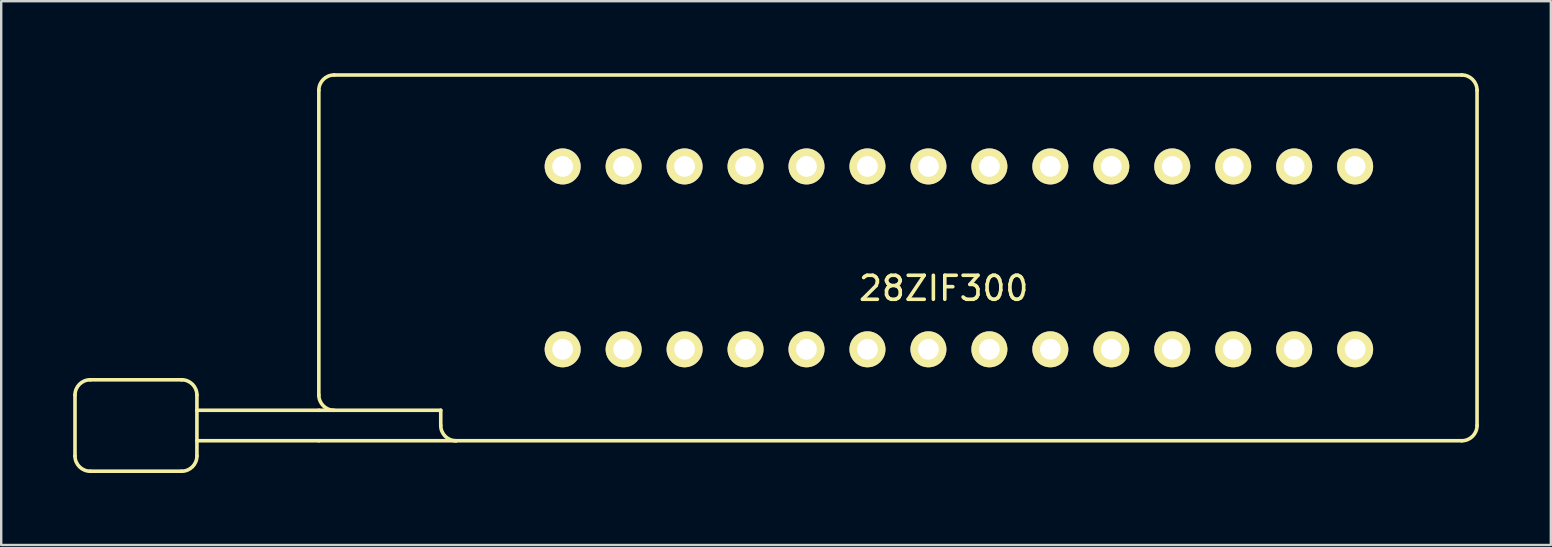
<source format=kicad_pcb>
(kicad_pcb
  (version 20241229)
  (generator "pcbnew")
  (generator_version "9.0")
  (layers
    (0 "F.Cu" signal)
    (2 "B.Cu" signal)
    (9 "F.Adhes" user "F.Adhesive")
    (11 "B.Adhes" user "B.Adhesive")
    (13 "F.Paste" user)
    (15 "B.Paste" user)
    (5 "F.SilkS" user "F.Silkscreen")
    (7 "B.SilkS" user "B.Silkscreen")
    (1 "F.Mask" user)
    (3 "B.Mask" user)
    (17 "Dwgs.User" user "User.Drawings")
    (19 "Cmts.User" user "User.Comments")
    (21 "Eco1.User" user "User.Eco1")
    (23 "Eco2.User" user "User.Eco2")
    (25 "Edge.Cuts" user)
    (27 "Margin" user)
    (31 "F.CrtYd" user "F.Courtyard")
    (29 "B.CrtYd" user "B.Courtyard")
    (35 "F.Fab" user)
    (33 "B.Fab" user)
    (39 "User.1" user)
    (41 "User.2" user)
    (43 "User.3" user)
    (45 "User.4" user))
  (footprint "28ZIF300"
    (layer "F.Cu")
    (at 36.27 8.965)
    (property "Reference" "28ZIF300" (at 0 0 0) (layer "F.SilkS") (effects (font (size 1 1) (thickness 0.15))))
    (attr through_hole)
    (fp_line (start -36.195 6.985) (end -36.195 4.445) (stroke (width 0.15) (type solid)) (layer "F.SilkS"))
    (fp_line (start -35.56 3.81) (end -31.75 3.81) (stroke (width 0.15) (type solid)) (layer "F.SilkS"))
    (fp_line (start -31.75 7.62) (end -35.56 7.62) (stroke (width 0.15) (type solid)) (layer "F.SilkS"))
    (fp_line (start -31.115 4.445) (end -31.115 6.985) (stroke (width 0.15) (type solid)) (layer "F.SilkS"))
    (fp_line (start -26.035 4.445) (end -26.035 -8.255) (stroke (width 0.15) (type solid)) (layer "F.SilkS"))
    (fp_line (start -26.035 5.08) (end -31.115 5.08) (stroke (width 0.15) (type solid)) (layer "F.SilkS"))
    (fp_line (start -26.035 6.35) (end -31.115 6.35) (stroke (width 0.15) (type solid)) (layer "F.SilkS"))
    (fp_line (start -26.035 6.35) (end -20.32 6.35) (stroke (width 0.15) (type solid)) (layer "F.SilkS"))
    (fp_line (start -25.4 -8.89) (end 21.59 -8.89) (stroke (width 0.15) (type solid)) (layer "F.SilkS"))
    (fp_line (start -20.955 5.08) (end -26.035 5.08) (stroke (width 0.15) (type solid)) (layer "F.SilkS"))
    (fp_line (start -20.955 5.08) (end -20.955 5.715) (stroke (width 0.15) (type solid)) (layer "F.SilkS"))
    (fp_line (start 21.59 6.35) (end -20.32 6.35) (stroke (width 0.15) (type solid)) (layer "F.SilkS"))
    (fp_line (start 22.225 -8.255) (end 22.225 5.715) (stroke (width 0.15) (type solid)) (layer "F.SilkS"))
    (fp_arc (start -36.195 4.445) (mid -36.009013 3.995987) (end -35.56 3.81) (stroke (width 0.15) (type solid)) (layer "F.SilkS"))
    (fp_arc (start -35.56 7.62) (mid -36.009013 7.434013) (end -36.195 6.985) (stroke (width 0.15) (type solid)) (layer "F.SilkS"))
    (fp_arc (start -31.75 3.81) (mid -31.300987 3.995987) (end -31.115 4.445) (stroke (width 0.15) (type solid)) (layer "F.SilkS"))
    (fp_arc (start -31.115 6.985) (mid -31.300987 7.434013) (end -31.75 7.62) (stroke (width 0.15) (type solid)) (layer "F.SilkS"))
    (fp_arc (start -26.035 -8.255) (mid -25.849013 -8.704013) (end -25.4 -8.89) (stroke (width 0.15) (type solid)) (layer "F.SilkS"))
    (fp_arc (start -25.4 5.08) (mid -25.849013 4.894013) (end -26.035 4.445) (stroke (width 0.15) (type solid)) (layer "F.SilkS"))
    (fp_arc (start -20.32 6.35) (mid -20.769013 6.164013) (end -20.955 5.715) (stroke (width 0.15) (type solid)) (layer "F.SilkS"))
    (fp_arc (start 21.59 -8.89) (mid 22.039013 -8.704013) (end 22.225 -8.255) (stroke (width 0.15) (type solid)) (layer "F.SilkS"))
    (fp_arc (start 22.225 5.715) (mid 22.039013 6.164013) (end 21.59 6.35) (stroke (width 0.15) (type solid)) (layer "F.SilkS"))
    (pad "1" thru_hole circle (at -15.875 2.54 180) (size 1.5 1.5) (drill 0.864) (layers "*.Cu" "*.Mask" "F.SilkS"))
    (pad "2" thru_hole circle (at -13.335 2.54 180) (size 1.5 1.5) (drill 0.864) (layers "*.Cu" "*.Mask" "F.SilkS"))
    (pad "3" thru_hole circle (at -10.795 2.54 180) (size 1.5 1.5) (drill 0.864) (layers "*.Cu" "*.Mask" "F.SilkS"))
    (pad "4" thru_hole circle (at -8.255 2.54 180) (size 1.5 1.5) (drill 0.864) (layers "*.Cu" "*.Mask" "F.SilkS"))
    (pad "5" thru_hole circle (at -5.715 2.54 180) (size 1.5 1.5) (drill 0.864) (layers "*.Cu" "*.Mask" "F.SilkS"))
    (pad "6" thru_hole circle (at -3.175 2.54 180) (size 1.5 1.5) (drill 0.864) (layers "*.Cu" "*.Mask" "F.SilkS"))
    (pad "7" thru_hole circle (at -0.635 2.54 180) (size 1.5 1.5) (drill 0.864) (layers "*.Cu" "*.Mask" "F.SilkS"))
    (pad "8" thru_hole circle (at 1.905 2.54 180) (size 1.5 1.5) (drill 0.864) (layers "*.Cu" "*.Mask" "F.SilkS"))
    (pad "9" thru_hole circle (at 4.445 2.54 180) (size 1.5 1.5) (drill 0.864) (layers "*.Cu" "*.Mask" "F.SilkS"))
    (pad "10" thru_hole circle (at 6.985 2.54 180) (size 1.5 1.5) (drill 0.864) (layers "*.Cu" "*.Mask" "F.SilkS"))
    (pad "11" thru_hole circle (at 9.525 2.54 180) (size 1.5 1.5) (drill 0.864) (layers "*.Cu" "*.Mask" "F.SilkS"))
    (pad "12" thru_hole circle (at 12.065 2.54 180) (size 1.5 1.5) (drill 0.864) (layers "*.Cu" "*.Mask" "F.SilkS"))
    (pad "13" thru_hole circle (at 14.605 2.54 180) (size 1.5 1.5) (drill 0.864) (layers "*.Cu" "*.Mask" "F.SilkS"))
    (pad "14" thru_hole circle (at 17.145 2.54 180) (size 1.5 1.5) (drill 0.864) (layers "*.Cu" "*.Mask" "F.SilkS"))
    (pad "15" thru_hole circle (at 17.145 -5.08 180) (size 1.5 1.5) (drill 0.864) (layers "*.Cu" "*.Mask" "F.SilkS"))
    (pad "16" thru_hole circle (at 14.605 -5.08 180) (size 1.5 1.5) (drill 0.864) (layers "*.Cu" "*.Mask" "F.SilkS"))
    (pad "17" thru_hole circle (at 12.065 -5.08 180) (size 1.5 1.5) (drill 0.864) (layers "*.Cu" "*.Mask" "F.SilkS"))
    (pad "18" thru_hole circle (at 9.525 -5.08 180) (size 1.5 1.5) (drill 0.864) (layers "*.Cu" "*.Mask" "F.SilkS"))
    (pad "19" thru_hole circle (at 6.985 -5.08 180) (size 1.5 1.5) (drill 0.864) (layers "*.Cu" "*.Mask" "F.SilkS"))
    (pad "20" thru_hole circle (at 4.445 -5.08 180) (size 1.5 1.5) (drill 0.864) (layers "*.Cu" "*.Mask" "F.SilkS"))
    (pad "21" thru_hole circle (at 1.905 -5.08 180) (size 1.5 1.5) (drill 0.864) (layers "*.Cu" "*.Mask" "F.SilkS"))
    (pad "22" thru_hole circle (at -0.635 -5.08 180) (size 1.5 1.5) (drill 0.864) (layers "*.Cu" "*.Mask" "F.SilkS"))
    (pad "23" thru_hole circle (at -3.175 -5.08 180) (size 1.5 1.5) (drill 0.864) (layers "*.Cu" "*.Mask" "F.SilkS"))
    (pad "24" thru_hole circle (at -5.715 -5.08 180) (size 1.5 1.5) (drill 0.864) (layers "*.Cu" "*.Mask" "F.SilkS"))
    (pad "25" thru_hole circle (at -8.255 -5.08 180) (size 1.5 1.5) (drill 0.864) (layers "*.Cu" "*.Mask" "F.SilkS"))
    (pad "26" thru_hole circle (at -10.795 -5.08 180) (size 1.5 1.5) (drill 0.864) (layers "*.Cu" "*.Mask" "F.SilkS"))
    (pad "27" thru_hole circle (at -13.335 -5.08 180) (size 1.5 1.5) (drill 0.864) (layers "*.Cu" "*.Mask" "F.SilkS"))
    (pad "28" thru_hole circle (at -15.875 -5.08 180) (size 1.5 1.5) (drill 0.864) (layers "*.Cu" "*.Mask" "F.SilkS")))
  (gr_rect
    (start -3 -3)
    (end 61.57 19.66)
    (stroke (width 0.1) (type default))
    (fill no)
    (layer "Edge.Cuts")))
</source>
